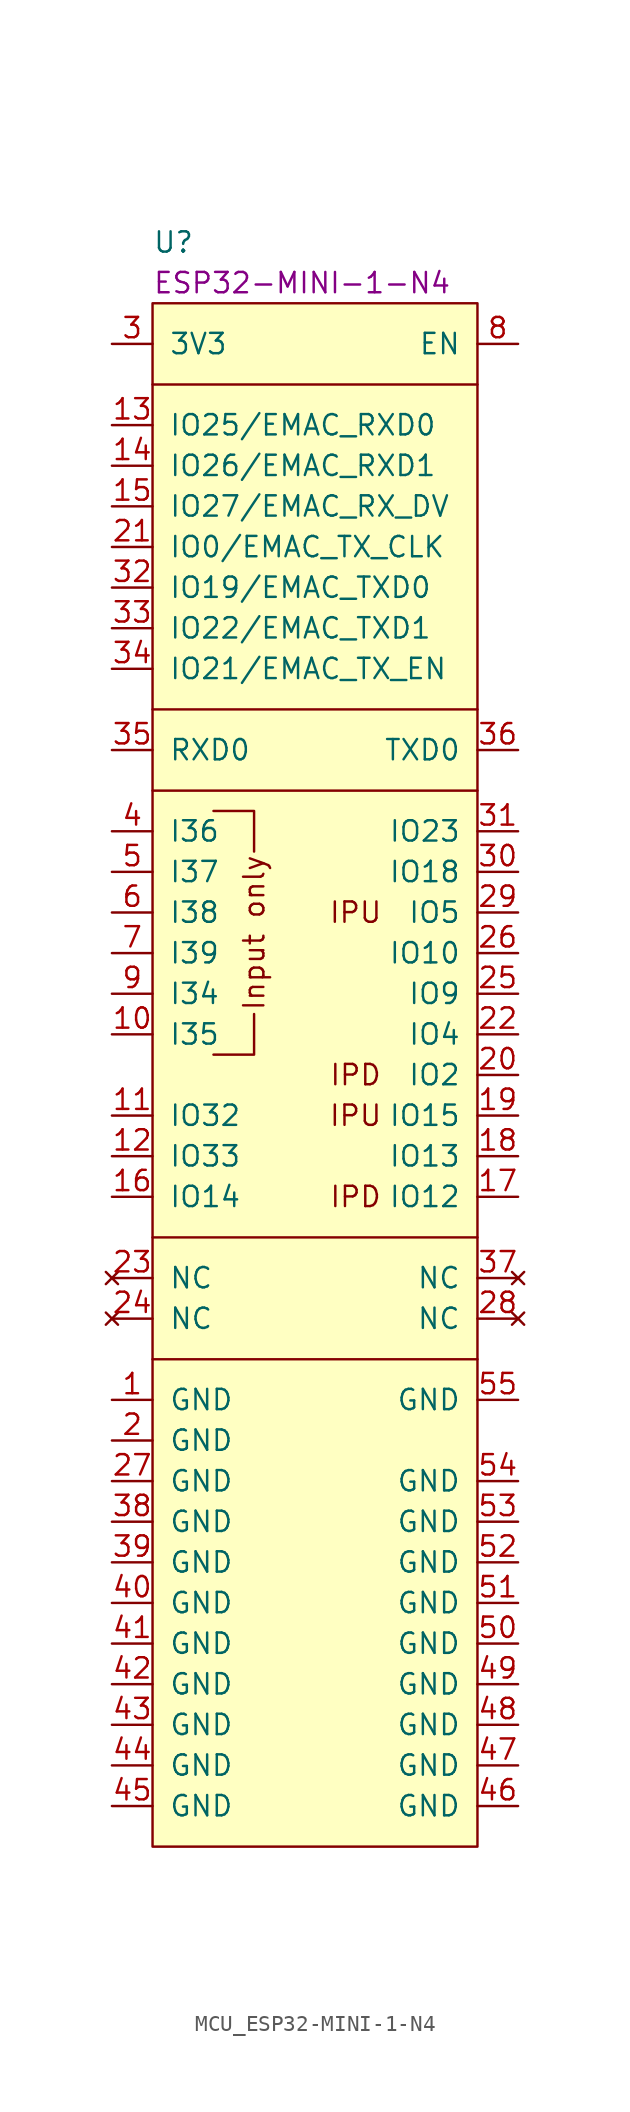
<source format=kicad_sym>
(kicad_symbol_lib
  (version 20211014)
  (generator kicad_symbol_editor)
  (symbol "MCU_ESP32-MINI-1-N4"
    (pin_names
      (offset 1.016))
    (property "Reference" "U"
      (at 0 3.81 0)
      (effects (font (size 1.27 1.27)) (justify left)))
    (property "Manufacturer Part Number" "ESP32-MINI-1-N4"
      (at 0 1.27 0)
      (effects (font (size 1.27 1.27)) (justify left)))
    (symbol "MCU_ESP32-MINI-1-N4_0_0"
      (polyline (pts (xy 3.81 -46.99) (xy 6.35 -46.99) (xy 6.35 -44.45)) (stroke (width 0) (type default) (color 0 0 0 0)) (fill (type none)))
      (polyline (pts (xy 3.81 -31.75) (xy 6.35 -31.75) (xy 6.35 -34.29)) (stroke (width 0) (type default) (color 0 0 0 0)) (fill (type none)))
      (text "Input only" (at 6.35 -39.37 900) (effects (font (size 1.27 1.27))))
      (text "IPD" (at 12.7 -55.88 0) (effects (font (size 1.27 1.27))))
      (text "IPD" (at 12.7 -48.26 0) (effects (font (size 1.27 1.27))))
      (text "IPU" (at 12.7 -50.8 0) (effects (font (size 1.27 1.27))))
      (text "IPU" (at 12.7 -38.1 0) (effects (font (size 1.27 1.27)))))
    (symbol "MCU_ESP32-MINI-1-N4_0_1"
      (polyline (pts (xy 0 -66.04) (xy 20.32 -66.04)) (stroke (width 0) (type default) (color 0 0 0 0)) (fill (type none)))
      (polyline (pts (xy 0 -58.42) (xy 20.32 -58.42)) (stroke (width 0) (type default) (color 0 0 0 0)) (fill (type none)))
      (polyline (pts (xy 0 -30.48) (xy 20.32 -30.48)) (stroke (width 0) (type default) (color 0 0 0 0)) (fill (type none)))
      (polyline (pts (xy 0 -25.4) (xy 20.32 -25.4)) (stroke (width 0) (type default) (color 0 0 0 0)) (fill (type none)))
      (polyline (pts (xy 0 -5.08) (xy 20.32 -5.08)) (stroke (width 0) (type default) (color 0 0 0 0)) (fill (type none)))
      (rectangle (start 0 0) (end 20.32 -96.52) (stroke (width 0) (type default) (color 0 0 0 0)) (fill (type background))))
    (symbol "MCU_ESP32-MINI-1-N4_1_1"
      (pin power_in line (at -2.54 -68.58 0) (length 2.54) (name "GND" (effects (font (size 1.27 1.27)))) (number "1" (effects (font (size 1.27 1.27)))))
      (pin input line (at -2.54 -45.72 0) (length 2.54) (name "I35" (effects (font (size 1.27 1.27)))) (number "10" (effects (font (size 1.27 1.27)))))
      (pin bidirectional line (at -2.54 -50.8 0) (length 2.54) (name "IO32" (effects (font (size 1.27 1.27)))) (number "11" (effects (font (size 1.27 1.27)))))
      (pin bidirectional line (at -2.54 -53.34 0) (length 2.54) (name "IO33" (effects (font (size 1.27 1.27)))) (number "12" (effects (font (size 1.27 1.27)))))
      (pin input line (at -2.54 -7.62 0) (length 2.54) (name "IO25/EMAC_RXD0" (effects (font (size 1.27 1.27)))) (number "13" (effects (font (size 1.27 1.27)))))
      (pin input line (at -2.54 -10.16 0) (length 2.54) (name "IO26/EMAC_RXD1" (effects (font (size 1.27 1.27)))) (number "14" (effects (font (size 1.27 1.27)))))
      (pin input line (at -2.54 -12.7 0) (length 2.54) (name "IO27/EMAC_RX_DV" (effects (font (size 1.27 1.27)))) (number "15" (effects (font (size 1.27 1.27)))))
      (pin bidirectional line (at -2.54 -55.88 0) (length 2.54) (name "IO14" (effects (font (size 1.27 1.27)))) (number "16" (effects (font (size 1.27 1.27)))))
      (pin bidirectional line (at 22.86 -55.88 180) (length 2.54) (name "IO12" (effects (font (size 1.27 1.27)))) (number "17" (effects (font (size 1.27 1.27)))))
      (pin bidirectional line (at 22.86 -53.34 180) (length 2.54) (name "IO13" (effects (font (size 1.27 1.27)))) (number "18" (effects (font (size 1.27 1.27)))))
      (pin bidirectional line (at 22.86 -50.8 180) (length 2.54) (name "IO15" (effects (font (size 1.27 1.27)))) (number "19" (effects (font (size 1.27 1.27)))))
      (pin power_in line (at -2.54 -71.12 0) (length 2.54) (name "GND" (effects (font (size 1.27 1.27)))) (number "2" (effects (font (size 1.27 1.27)))))
      (pin bidirectional line (at 22.86 -48.26 180) (length 2.54) (name "IO2" (effects (font (size 1.27 1.27)))) (number "20" (effects (font (size 1.27 1.27)))))
      (pin input line (at -2.54 -15.24 0) (length 2.54) (name "IO0/EMAC_TX_CLK" (effects (font (size 1.27 1.27)))) (number "21" (effects (font (size 1.27 1.27)))))
      (pin bidirectional line (at 22.86 -45.72 180) (length 2.54) (name "IO4" (effects (font (size 1.27 1.27)))) (number "22" (effects (font (size 1.27 1.27)))))
      (pin no_connect line (at -2.54 -60.96 0) (length 2.54) (name "NC" (effects (font (size 1.27 1.27)))) (number "23" (effects (font (size 1.27 1.27)))))
      (pin no_connect line (at -2.54 -63.5 0) (length 2.54) (name "NC" (effects (font (size 1.27 1.27)))) (number "24" (effects (font (size 1.27 1.27)))))
      (pin bidirectional line (at 22.86 -43.18 180) (length 2.54) (name "IO9" (effects (font (size 1.27 1.27)))) (number "25" (effects (font (size 1.27 1.27)))))
      (pin bidirectional line (at 22.86 -40.64 180) (length 2.54) (name "IO10" (effects (font (size 1.27 1.27)))) (number "26" (effects (font (size 1.27 1.27)))))
      (pin power_in line (at -2.54 -73.66 0) (length 2.54) (name "GND" (effects (font (size 1.27 1.27)))) (number "27" (effects (font (size 1.27 1.27)))))
      (pin no_connect line (at 22.86 -63.5 180) (length 2.54) (name "NC" (effects (font (size 1.27 1.27)))) (number "28" (effects (font (size 1.27 1.27)))))
      (pin bidirectional line (at 22.86 -38.1 180) (length 2.54) (name "IO5" (effects (font (size 1.27 1.27)))) (number "29" (effects (font (size 1.27 1.27)))))
      (pin power_in line (at -2.54 -2.54 0) (length 2.54) (name "3V3" (effects (font (size 1.27 1.27)))) (number "3" (effects (font (size 1.27 1.27)))))
      (pin bidirectional line (at 22.86 -35.56 180) (length 2.54) (name "IO18" (effects (font (size 1.27 1.27)))) (number "30" (effects (font (size 1.27 1.27)))))
      (pin bidirectional line (at 22.86 -33.02 180) (length 2.54) (name "IO23" (effects (font (size 1.27 1.27)))) (number "31" (effects (font (size 1.27 1.27)))))
      (pin output line (at -2.54 -17.78 0) (length 2.54) (name "IO19/EMAC_TXD0" (effects (font (size 1.27 1.27)))) (number "32" (effects (font (size 1.27 1.27)))))
      (pin output line (at -2.54 -20.32 0) (length 2.54) (name "IO22/EMAC_TXD1" (effects (font (size 1.27 1.27)))) (number "33" (effects (font (size 1.27 1.27)))))
      (pin output line (at -2.54 -22.86 0) (length 2.54) (name "IO21/EMAC_TX_EN" (effects (font (size 1.27 1.27)))) (number "34" (effects (font (size 1.27 1.27)))))
      (pin input line (at -2.54 -27.94 0) (length 2.54) (name "RXD0" (effects (font (size 1.27 1.27)))) (number "35" (effects (font (size 1.27 1.27)))))
      (pin output line (at 22.86 -27.94 180) (length 2.54) (name "TXD0" (effects (font (size 1.27 1.27)))) (number "36" (effects (font (size 1.27 1.27)))))
      (pin no_connect line (at 22.86 -60.96 180) (length 2.54) (name "NC" (effects (font (size 1.27 1.27)))) (number "37" (effects (font (size 1.27 1.27)))))
      (pin power_in line (at -2.54 -76.2 0) (length 2.54) (name "GND" (effects (font (size 1.27 1.27)))) (number "38" (effects (font (size 1.27 1.27)))))
      (pin power_in line (at -2.54 -78.74 0) (length 2.54) (name "GND" (effects (font (size 1.27 1.27)))) (number "39" (effects (font (size 1.27 1.27)))))
      (pin input line (at -2.54 -33.02 0) (length 2.54) (name "I36" (effects (font (size 1.27 1.27)))) (number "4" (effects (font (size 1.27 1.27)))))
      (pin power_in line (at -2.54 -81.28 0) (length 2.54) (name "GND" (effects (font (size 1.27 1.27)))) (number "40" (effects (font (size 1.27 1.27)))))
      (pin power_in line (at -2.54 -83.82 0) (length 2.54) (name "GND" (effects (font (size 1.27 1.27)))) (number "41" (effects (font (size 1.27 1.27)))))
      (pin power_in line (at -2.54 -86.36 0) (length 2.54) (name "GND" (effects (font (size 1.27 1.27)))) (number "42" (effects (font (size 1.27 1.27)))))
      (pin power_in line (at -2.54 -88.9 0) (length 2.54) (name "GND" (effects (font (size 1.27 1.27)))) (number "43" (effects (font (size 1.27 1.27)))))
      (pin power_in line (at -2.54 -91.44 0) (length 2.54) (name "GND" (effects (font (size 1.27 1.27)))) (number "44" (effects (font (size 1.27 1.27)))))
      (pin power_in line (at -2.54 -93.98 0) (length 2.54) (name "GND" (effects (font (size 1.27 1.27)))) (number "45" (effects (font (size 1.27 1.27)))))
      (pin power_in line (at 22.86 -93.98 180) (length 2.54) (name "GND" (effects (font (size 1.27 1.27)))) (number "46" (effects (font (size 1.27 1.27)))))
      (pin power_in line (at 22.86 -91.44 180) (length 2.54) (name "GND" (effects (font (size 1.27 1.27)))) (number "47" (effects (font (size 1.27 1.27)))))
      (pin power_in line (at 22.86 -88.9 180) (length 2.54) (name "GND" (effects (font (size 1.27 1.27)))) (number "48" (effects (font (size 1.27 1.27)))))
      (pin power_in line (at 22.86 -86.36 180) (length 2.54) (name "GND" (effects (font (size 1.27 1.27)))) (number "49" (effects (font (size 1.27 1.27)))))
      (pin input line (at -2.54 -35.56 0) (length 2.54) (name "I37" (effects (font (size 1.27 1.27)))) (number "5" (effects (font (size 1.27 1.27)))))
      (pin power_in line (at 22.86 -83.82 180) (length 2.54) (name "GND" (effects (font (size 1.27 1.27)))) (number "50" (effects (font (size 1.27 1.27)))))
      (pin power_in line (at 22.86 -81.28 180) (length 2.54) (name "GND" (effects (font (size 1.27 1.27)))) (number "51" (effects (font (size 1.27 1.27)))))
      (pin power_in line (at 22.86 -78.74 180) (length 2.54) (name "GND" (effects (font (size 1.27 1.27)))) (number "52" (effects (font (size 1.27 1.27)))))
      (pin power_in line (at 22.86 -76.2 180) (length 2.54) (name "GND" (effects (font (size 1.27 1.27)))) (number "53" (effects (font (size 1.27 1.27)))))
      (pin power_in line (at 22.86 -73.66 180) (length 2.54) (name "GND" (effects (font (size 1.27 1.27)))) (number "54" (effects (font (size 1.27 1.27)))))
      (pin power_in line (at 22.86 -68.58 180) (length 2.54) (name "GND" (effects (font (size 1.27 1.27)))) (number "55" (effects (font (size 1.27 1.27)))))
      (pin input line (at -2.54 -38.1 0) (length 2.54) (name "I38" (effects (font (size 1.27 1.27)))) (number "6" (effects (font (size 1.27 1.27)))))
      (pin input line (at -2.54 -40.64 0) (length 2.54) (name "I39" (effects (font (size 1.27 1.27)))) (number "7" (effects (font (size 1.27 1.27)))))
      (pin input line (at 22.86 -2.54 180) (length 2.54) (name "EN" (effects (font (size 1.27 1.27)))) (number "8" (effects (font (size 1.27 1.27)))))
      (pin input line (at -2.54 -43.18 0) (length 2.54) (name "I34" (effects (font (size 1.27 1.27)))) (number "9" (effects (font (size 1.27 1.27))))))))
</source>
